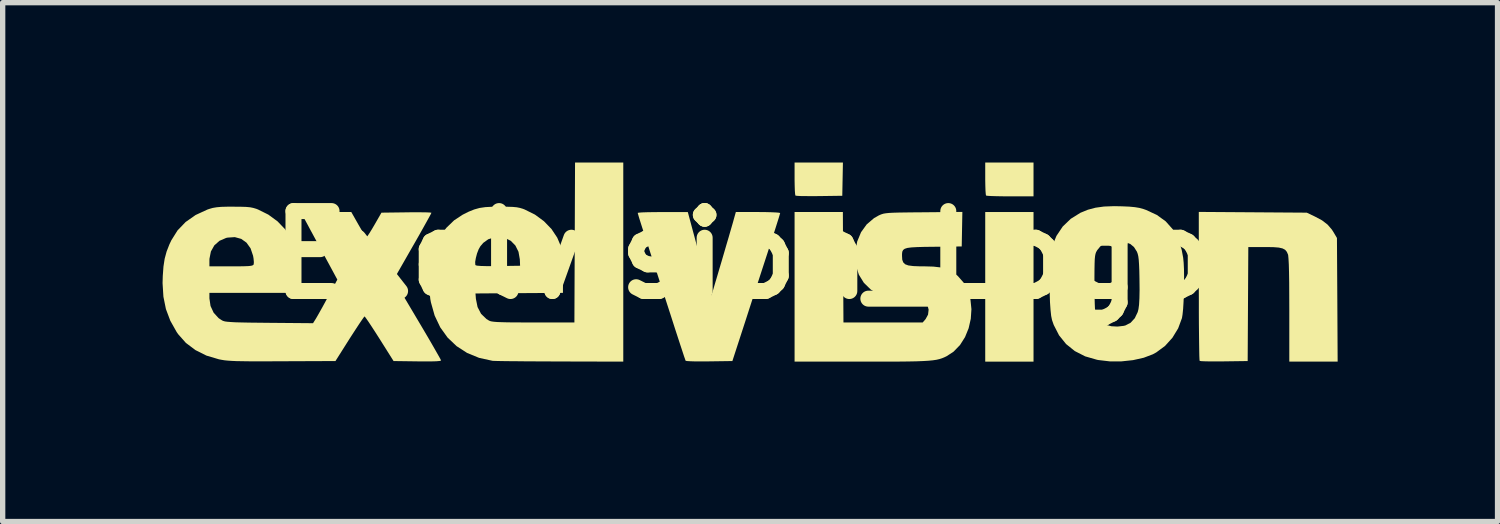
<source format=kicad_pcb>
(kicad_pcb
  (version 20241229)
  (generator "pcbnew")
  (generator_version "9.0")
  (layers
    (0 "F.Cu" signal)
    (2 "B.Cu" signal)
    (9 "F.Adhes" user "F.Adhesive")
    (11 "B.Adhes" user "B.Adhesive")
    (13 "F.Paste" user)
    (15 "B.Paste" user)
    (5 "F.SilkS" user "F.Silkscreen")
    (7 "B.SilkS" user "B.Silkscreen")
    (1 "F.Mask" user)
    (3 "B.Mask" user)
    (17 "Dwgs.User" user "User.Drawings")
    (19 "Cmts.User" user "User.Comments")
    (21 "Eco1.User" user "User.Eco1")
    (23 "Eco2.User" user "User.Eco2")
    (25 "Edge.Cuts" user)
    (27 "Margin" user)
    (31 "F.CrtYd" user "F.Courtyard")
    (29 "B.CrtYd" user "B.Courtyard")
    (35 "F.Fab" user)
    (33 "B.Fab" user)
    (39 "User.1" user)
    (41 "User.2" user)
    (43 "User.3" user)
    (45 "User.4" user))
  (footprint "Exelvision_Logo"
    (layer "F.Cu")
    (at 10.885 1.732)
    (property "Reference" "Exelvision_Logo" (at 0 0 0) (layer "F.SilkS") (effects (font (size 1.5 1.5) (thickness 0.3))))
    (attr board_only exclude_from_pos_files exclude_from_bom)
    (fp_poly (pts (xy 5.456 0.6) (xy 5.456 2.003) (xy 5.003 2.003) (xy 4.55 2.003) (xy 4.55 0.6) (xy 4.55 -0.804) (xy 5.003 -0.804) (xy 5.456 -0.804)) (stroke (width 0) (type solid)) (fill yes) (layer "F.SilkS"))
    (fp_poly (pts (xy 1.874 -1.421) (xy 1.868 -1.109) (xy 1.436 -1.103) (xy 1.301 -1.102) (xy 1.181 -1.103) (xy 1.084 -1.104) (xy 1.018 -1.108) (xy 0.989 -1.112) (xy 0.989 -1.113) (xy 0.983 -1.14) (xy 0.978 -1.203) (xy 0.975 -1.295) (xy 0.973 -1.404) (xy 0.973 -1.43) (xy 0.973 -1.732) (xy 1.427 -1.732) (xy 1.88 -1.732)) (stroke (width 0) (type solid)) (fill yes) (layer "F.SilkS"))
    (fp_poly (pts (xy 5.456 -1.415) (xy 5.456 -1.098) (xy 5.018 -1.098) (xy 4.882 -1.099) (xy 4.761 -1.101) (xy 4.663 -1.104) (xy 4.596 -1.108) (xy 4.566 -1.113) (xy 4.565 -1.113) (xy 4.56 -1.14) (xy 4.555 -1.204) (xy 4.552 -1.295) (xy 4.55 -1.404) (xy 4.55 -1.43) (xy 4.55 -1.732) (xy 5.003 -1.732) (xy 5.456 -1.732)) (stroke (width 0) (type solid)) (fill yes) (layer "F.SilkS"))
    (fp_poly (pts (xy 9.57 -0.799) (xy 10.583 -0.792) (xy 10.73 -0.722) (xy 10.869 -0.648) (xy 10.973 -0.568) (xy 11.054 -0.474) (xy 11.087 -0.422) (xy 11.149 -0.317) (xy 11.156 0.843) (xy 11.162 2.003) (xy 10.709 2.003) (xy 10.255 2.003) (xy 10.255 1.033) (xy 10.254 0.759) (xy 10.253 0.525) (xy 10.25 0.332) (xy 10.246 0.181) (xy 10.24 0.073) (xy 10.234 0.008) (xy 10.231 -0.006) (xy 10.208 -0.058) (xy 10.176 -0.096) (xy 10.128 -0.121) (xy 10.058 -0.137) (xy 9.957 -0.145) (xy 9.82 -0.147) (xy 9.792 -0.147) (xy 9.486 -0.147) (xy 9.48 0.923) (xy 9.474 1.992) (xy 9.031 1.998) (xy 8.894 1.999) (xy 8.772 1.999) (xy 8.674 1.997) (xy 8.605 1.994) (xy 8.574 1.989) (xy 8.573 1.989) (xy 8.57 1.964) (xy 8.567 1.898) (xy 8.565 1.794) (xy 8.563 1.657) (xy 8.561 1.491) (xy 8.559 1.298) (xy 8.558 1.084) (xy 8.558 0.852) (xy 8.557 0.607) (xy 8.557 0.584) (xy 8.557 -0.806)) (stroke (width 0) (type solid)) (fill yes) (layer "F.SilkS"))
    (fp_poly (pts (xy 0.418 -0.803) (xy 0.532 -0.8) (xy 0.623 -0.796) (xy 0.681 -0.791) (xy 0.702 -0.785) (xy 0.701 -0.778) (xy 0.696 -0.762) (xy 0.688 -0.735) (xy 0.676 -0.694) (xy 0.658 -0.637) (xy 0.634 -0.561) (xy 0.603 -0.463) (xy 0.564 -0.342) (xy 0.516 -0.194) (xy 0.459 -0.017) (xy 0.391 0.191) (xy 0.312 0.434) (xy 0.221 0.713) (xy 0.118 1.031) (xy 0.06 1.211) (xy -0.194 1.992) (xy -0.628 1.998) (xy -0.763 1.999) (xy -0.882 1.999) (xy -0.978 1.996) (xy -1.043 1.992) (xy -1.071 1.987) (xy -1.071 1.987) (xy -1.08 1.962) (xy -1.102 1.899) (xy -1.133 1.804) (xy -1.173 1.683) (xy -1.219 1.542) (xy -1.27 1.386) (xy -1.279 1.358) (xy -1.341 1.164) (xy -1.41 0.951) (xy -1.481 0.732) (xy -1.55 0.521) (xy -1.611 0.333) (xy -1.642 0.238) (xy -1.722 -0.006) (xy -1.788 -0.211) (xy -1.842 -0.378) (xy -1.886 -0.512) (xy -1.919 -0.616) (xy -1.943 -0.692) (xy -1.958 -0.744) (xy -1.967 -0.775) (xy -1.97 -0.788) (xy -1.948 -0.792) (xy -1.888 -0.797) (xy -1.796 -0.8) (xy -1.678 -0.802) (xy -1.542 -0.803) (xy -1.5 -0.803) (xy -1.03 -0.803) (xy -0.828 -0.051) (xy -0.78 0.128) (xy -0.735 0.293) (xy -0.694 0.44) (xy -0.66 0.563) (xy -0.633 0.657) (xy -0.615 0.716) (xy -0.609 0.736) (xy -0.593 0.758) (xy -0.581 0.739) (xy -0.58 0.736) (xy -0.569 0.703) (xy -0.548 0.634) (xy -0.519 0.534) (xy -0.482 0.411) (xy -0.441 0.271) (xy -0.396 0.12) (xy -0.351 -0.034) (xy -0.307 -0.185) (xy -0.265 -0.327) (xy -0.229 -0.452) (xy -0.199 -0.555) (xy -0.178 -0.628) (xy -0.175 -0.64) (xy -0.129 -0.804) (xy 0.287 -0.804)) (stroke (width 0) (type solid)) (fill yes) (layer "F.SilkS"))
    (fp_poly (pts (xy 4.115 -0.482) (xy 4.109 -0.158) (xy 3.589 -0.152) (xy 3.409 -0.15) (xy 3.269 -0.146) (xy 3.164 -0.14) (xy 3.089 -0.13) (xy 3.039 -0.114) (xy 3.009 -0.091) (xy 2.994 -0.06) (xy 2.989 -0.019) (xy 2.989 0.02) (xy 2.993 0.09) (xy 3.011 0.14) (xy 3.047 0.176) (xy 3.107 0.198) (xy 3.198 0.21) (xy 3.326 0.215) (xy 3.405 0.215) (xy 3.578 0.22) (xy 3.716 0.236) (xy 3.83 0.267) (xy 3.927 0.315) (xy 4.019 0.382) (xy 4.034 0.395) (xy 4.146 0.522) (xy 4.225 0.673) (xy 4.273 0.841) (xy 4.291 1.019) (xy 4.279 1.199) (xy 4.239 1.376) (xy 4.171 1.543) (xy 4.077 1.691) (xy 3.956 1.816) (xy 3.826 1.901) (xy 3.782 1.922) (xy 3.738 1.94) (xy 3.691 1.955) (xy 3.635 1.968) (xy 3.568 1.978) (xy 3.486 1.986) (xy 3.384 1.992) (xy 3.259 1.997) (xy 3.107 2) (xy 2.925 2.002) (xy 2.707 2.003) (xy 2.451 2.003) (xy 2.229 2.003) (xy 0.973 2.003) (xy 0.973 0.6) (xy 0.973 -0.804) (xy 1.426 -0.804) (xy 1.879 -0.804) (xy 1.884 0.232) (xy 1.89 1.268) (xy 2.634 1.268) (xy 3.377 1.268) (xy 3.432 1.204) (xy 3.477 1.121) (xy 3.488 1.028) (xy 3.465 0.939) (xy 3.429 0.888) (xy 3.404 0.866) (xy 3.378 0.85) (xy 3.342 0.839) (xy 3.288 0.832) (xy 3.208 0.827) (xy 3.094 0.824) (xy 3.038 0.823) (xy 2.906 0.819) (xy 2.808 0.814) (xy 2.736 0.806) (xy 2.679 0.795) (xy 2.628 0.777) (xy 2.571 0.752) (xy 2.569 0.751) (xy 2.403 0.651) (xy 2.273 0.524) (xy 2.179 0.372) (xy 2.124 0.198) (xy 2.109 0.005) (xy 2.112 -0.054) (xy 2.148 -0.251) (xy 2.22 -0.425) (xy 2.326 -0.572) (xy 2.463 -0.689) (xy 2.547 -0.737) (xy 2.579 -0.752) (xy 2.61 -0.764) (xy 2.645 -0.774) (xy 2.689 -0.781) (xy 2.748 -0.787) (xy 2.827 -0.791) (xy 2.931 -0.794) (xy 3.066 -0.796) (xy 3.237 -0.798) (xy 3.391 -0.799) (xy 4.121 -0.806)) (stroke (width 0) (type solid)) (fill yes) (layer "F.SilkS"))
    (fp_poly (pts (xy -2.241 0.136) (xy -2.241 2.003) (xy -3.435 2) (xy -3.666 1.999) (xy -3.884 1.998) (xy -4.086 1.997) (xy -4.267 1.995) (xy -4.422 1.994) (xy -4.547 1.992) (xy -4.637 1.99) (xy -4.689 1.988) (xy -4.697 1.987) (xy -4.947 1.932) (xy -5.171 1.84) (xy -5.369 1.712) (xy -5.537 1.552) (xy -5.675 1.36) (xy -5.78 1.139) (xy -5.85 0.891) (xy -5.862 0.826) (xy -5.882 0.62) (xy -5.882 0.402) (xy -5.862 0.186) (xy -5.852 0.133) (xy -5.02 0.133) (xy -5.017 0.185) (xy -5.014 0.193) (xy -4.986 0.202) (xy -4.916 0.208) (xy -4.806 0.211) (xy -4.661 0.211) (xy -4.588 0.21) (xy -4.177 0.204) (xy -4.182 0.083) (xy -4.207 -0.058) (xy -4.265 -0.175) (xy -4.351 -0.263) (xy -4.46 -0.318) (xy -4.586 -0.336) (xy -4.661 -0.329) (xy -4.774 -0.293) (xy -4.867 -0.226) (xy -4.922 -0.162) (xy -4.955 -0.104) (xy -4.985 -0.026) (xy -5.007 0.058) (xy -5.02 0.133) (xy -5.852 0.133) (xy -5.824 -0.013) (xy -5.778 -0.157) (xy -5.687 -0.338) (xy -5.562 -0.506) (xy -5.415 -0.648) (xy -5.256 -0.753) (xy -5.14 -0.811) (xy -5.038 -0.852) (xy -4.938 -0.88) (xy -4.829 -0.896) (xy -4.697 -0.903) (xy -4.55 -0.904) (xy -4.415 -0.903) (xy -4.316 -0.9) (xy -4.24 -0.893) (xy -4.18 -0.881) (xy -4.123 -0.864) (xy -4.09 -0.851) (xy -3.899 -0.756) (xy -3.73 -0.632) (xy -3.588 -0.485) (xy -3.48 -0.323) (xy -3.419 -0.179) (xy -3.401 -0.112) (xy -3.388 -0.044) (xy -3.38 0.037) (xy -3.375 0.139) (xy -3.373 0.272) (xy -3.373 0.342) (xy -3.373 0.713) (xy -4.194 0.718) (xy -5.014 0.724) (xy -5.006 0.826) (xy -4.975 0.979) (xy -4.909 1.106) (xy -4.809 1.203) (xy -4.765 1.23) (xy -4.742 1.241) (xy -4.711 1.249) (xy -4.666 1.255) (xy -4.603 1.26) (xy -4.518 1.263) (xy -4.405 1.266) (xy -4.26 1.267) (xy -4.077 1.268) (xy -3.928 1.268) (xy -3.158 1.268) (xy -3.152 -0.232) (xy -3.146 -1.732) (xy -2.694 -1.732) (xy -2.241 -1.732)) (stroke (width 0) (type solid)) (fill yes) (layer "F.SilkS"))
    (fp_poly (pts (xy 7.119 -0.911) (xy 7.255 -0.905) (xy 7.359 -0.895) (xy 7.443 -0.881) (xy 7.519 -0.86) (xy 7.57 -0.842) (xy 7.77 -0.749) (xy 7.936 -0.629) (xy 8.067 -0.482) (xy 8.167 -0.304) (xy 8.236 -0.095) (xy 8.264 0.055) (xy 8.273 0.147) (xy 8.279 0.269) (xy 8.281 0.414) (xy 8.28 0.57) (xy 8.277 0.728) (xy 8.271 0.879) (xy 8.263 1.012) (xy 8.252 1.119) (xy 8.241 1.186) (xy 8.17 1.378) (xy 8.062 1.555) (xy 7.923 1.709) (xy 7.759 1.83) (xy 7.695 1.865) (xy 7.524 1.93) (xy 7.323 1.975) (xy 7.107 1.998) (xy 6.886 1.998) (xy 6.673 1.973) (xy 6.647 1.968) (xy 6.425 1.904) (xy 6.231 1.805) (xy 6.067 1.673) (xy 5.935 1.509) (xy 5.835 1.314) (xy 5.803 1.222) (xy 5.787 1.144) (xy 5.775 1.03) (xy 5.765 0.888) (xy 5.76 0.728) (xy 5.757 0.558) (xy 5.757 0.509) (xy 6.599 0.509) (xy 6.6 0.66) (xy 6.602 0.799) (xy 6.605 0.918) (xy 6.609 1.01) (xy 6.614 1.067) (xy 6.616 1.079) (xy 6.655 1.16) (xy 6.721 1.24) (xy 6.798 1.301) (xy 6.824 1.315) (xy 6.917 1.339) (xy 7.032 1.345) (xy 7.147 1.332) (xy 7.18 1.324) (xy 7.277 1.274) (xy 7.356 1.188) (xy 7.411 1.073) (xy 7.425 1.018) (xy 7.436 0.936) (xy 7.443 0.813) (xy 7.446 0.655) (xy 7.444 0.467) (xy 7.444 0.456) (xy 7.441 0.299) (xy 7.436 0.18) (xy 7.43 0.092) (xy 7.422 0.028) (xy 7.411 -0.019) (xy 7.397 -0.057) (xy 7.394 -0.063) (xy 7.34 -0.148) (xy 7.27 -0.205) (xy 7.177 -0.24) (xy 7.051 -0.255) (xy 7.029 -0.257) (xy 6.934 -0.259) (xy 6.869 -0.254) (xy 6.822 -0.241) (xy 6.777 -0.216) (xy 6.77 -0.211) (xy 6.706 -0.155) (xy 6.651 -0.088) (xy 6.646 -0.079) (xy 6.63 -0.051) (xy 6.619 -0.019) (xy 6.611 0.022) (xy 6.605 0.08) (xy 6.602 0.159) (xy 6.6 0.268) (xy 6.599 0.411) (xy 6.599 0.509) (xy 5.757 0.509) (xy 5.758 0.387) (xy 5.762 0.223) (xy 5.77 0.076) (xy 5.781 -0.045) (xy 5.796 -0.133) (xy 5.801 -0.149) (xy 5.886 -0.356) (xy 6.004 -0.532) (xy 6.155 -0.677) (xy 6.335 -0.789) (xy 6.339 -0.791) (xy 6.476 -0.847) (xy 6.619 -0.885) (xy 6.779 -0.907) (xy 6.966 -0.914)) (stroke (width 0) (type solid)) (fill yes) (layer "F.SilkS"))
    (fp_poly (pts (xy -9.418 -0.903) (xy -9.319 -0.9) (xy -9.243 -0.893) (xy -9.183 -0.881) (xy -9.126 -0.864) (xy -9.093 -0.851) (xy -8.9 -0.755) (xy -8.729 -0.63) (xy -8.587 -0.482) (xy -8.479 -0.317) (xy -8.422 -0.179) (xy -8.404 -0.112) (xy -8.391 -0.044) (xy -8.383 0.037) (xy -8.378 0.138) (xy -8.376 0.271) (xy -8.376 0.342) (xy -8.376 0.713) (xy -9.191 0.713) (xy -10.006 0.713) (xy -10.006 0.816) (xy -9.985 0.959) (xy -9.926 1.086) (xy -9.832 1.188) (xy -9.768 1.23) (xy -9.745 1.24) (xy -9.713 1.249) (xy -9.668 1.255) (xy -9.604 1.26) (xy -9.517 1.265) (xy -9.403 1.268) (xy -9.257 1.271) (xy -9.074 1.273) (xy -8.881 1.275) (xy -8.062 1.282) (xy -8.008 1.196) (xy -7.979 1.146) (xy -7.933 1.065) (xy -7.876 0.963) (xy -7.814 0.849) (xy -7.78 0.787) (xy -7.606 0.464) (xy -7.762 0.175) (xy -7.831 0.048) (xy -7.913 -0.103) (xy -7.999 -0.261) (xy -8.079 -0.409) (xy -8.102 -0.451) (xy -8.162 -0.563) (xy -8.214 -0.659) (xy -8.254 -0.735) (xy -8.279 -0.783) (xy -8.286 -0.796) (xy -8.264 -0.798) (xy -8.204 -0.8) (xy -8.112 -0.802) (xy -7.994 -0.803) (xy -7.858 -0.804) (xy -7.815 -0.804) (xy -7.344 -0.804) (xy -7.209 -0.566) (xy -7.156 -0.475) (xy -7.109 -0.401) (xy -7.074 -0.352) (xy -7.056 -0.335) (xy -7.056 -0.335) (xy -7.038 -0.356) (xy -7.003 -0.408) (xy -6.956 -0.484) (xy -6.908 -0.566) (xy -6.778 -0.792) (xy -6.309 -0.798) (xy -6.169 -0.8) (xy -6.046 -0.799) (xy -5.946 -0.798) (xy -5.876 -0.795) (xy -5.842 -0.791) (xy -5.841 -0.79) (xy -5.851 -0.767) (xy -5.882 -0.71) (xy -5.93 -0.623) (xy -5.992 -0.512) (xy -6.066 -0.38) (xy -6.149 -0.234) (xy -6.194 -0.156) (xy -6.548 0.463) (xy -6.104 1.211) (xy -6.005 1.378) (xy -5.913 1.534) (xy -5.832 1.673) (xy -5.764 1.792) (xy -5.711 1.885) (xy -5.675 1.949) (xy -5.66 1.98) (xy -5.66 1.982) (xy -5.682 1.99) (xy -5.748 1.996) (xy -5.855 1.999) (xy -6.003 1.999) (xy -6.105 1.998) (xy -6.551 1.992) (xy -6.815 1.573) (xy -6.893 1.451) (xy -6.963 1.343) (xy -7.022 1.254) (xy -7.066 1.191) (xy -7.091 1.158) (xy -7.095 1.155) (xy -7.111 1.173) (xy -7.147 1.224) (xy -7.2 1.302) (xy -7.266 1.403) (xy -7.342 1.52) (xy -7.376 1.573) (xy -7.641 1.992) (xy -8.637 1.996) (xy -8.881 1.997) (xy -9.085 1.997) (xy -9.252 1.997) (xy -9.389 1.995) (xy -9.5 1.993) (xy -9.589 1.989) (xy -9.662 1.984) (xy -9.722 1.978) (xy -9.776 1.969) (xy -9.825 1.96) (xy -10.061 1.89) (xy -10.269 1.786) (xy -10.448 1.651) (xy -10.594 1.486) (xy -10.622 1.445) (xy -10.74 1.235) (xy -10.822 1.017) (xy -10.869 0.785) (xy -10.885 0.53) (xy -10.881 0.396) (xy -10.868 0.218) (xy -10.85 0.101) (xy -10.006 0.101) (xy -10.006 0.215) (xy -9.598 0.215) (xy -9.451 0.215) (xy -9.343 0.213) (xy -9.268 0.21) (xy -9.22 0.204) (xy -9.192 0.195) (xy -9.178 0.183) (xy -9.175 0.177) (xy -9.172 0.135) (xy -9.178 0.067) (xy -9.187 0.016) (xy -9.234 -0.123) (xy -9.31 -0.229) (xy -9.409 -0.3) (xy -9.529 -0.333) (xy -9.665 -0.324) (xy -9.692 -0.318) (xy -9.817 -0.264) (xy -9.914 -0.178) (xy -9.978 -0.064) (xy -10.005 0.072) (xy -10.006 0.101) (xy -10.85 0.101) (xy -10.845 0.07) (xy -10.809 -0.063) (xy -10.757 -0.196) (xy -10.72 -0.274) (xy -10.604 -0.459) (xy -10.452 -0.617) (xy -10.265 -0.748) (xy -10.044 -0.85) (xy -10.006 -0.863) (xy -9.943 -0.881) (xy -9.872 -0.893) (xy -9.784 -0.901) (xy -9.669 -0.904) (xy -9.553 -0.904)) (stroke (width 0) (type solid)) (fill yes) (layer "F.SilkS")))
  (gr_rect
    (start -3 -3)
    (end 25.047 6.735)
    (stroke (width 0.1) (type default))
    (fill no)
    (layer "Edge.Cuts")))
</source>
